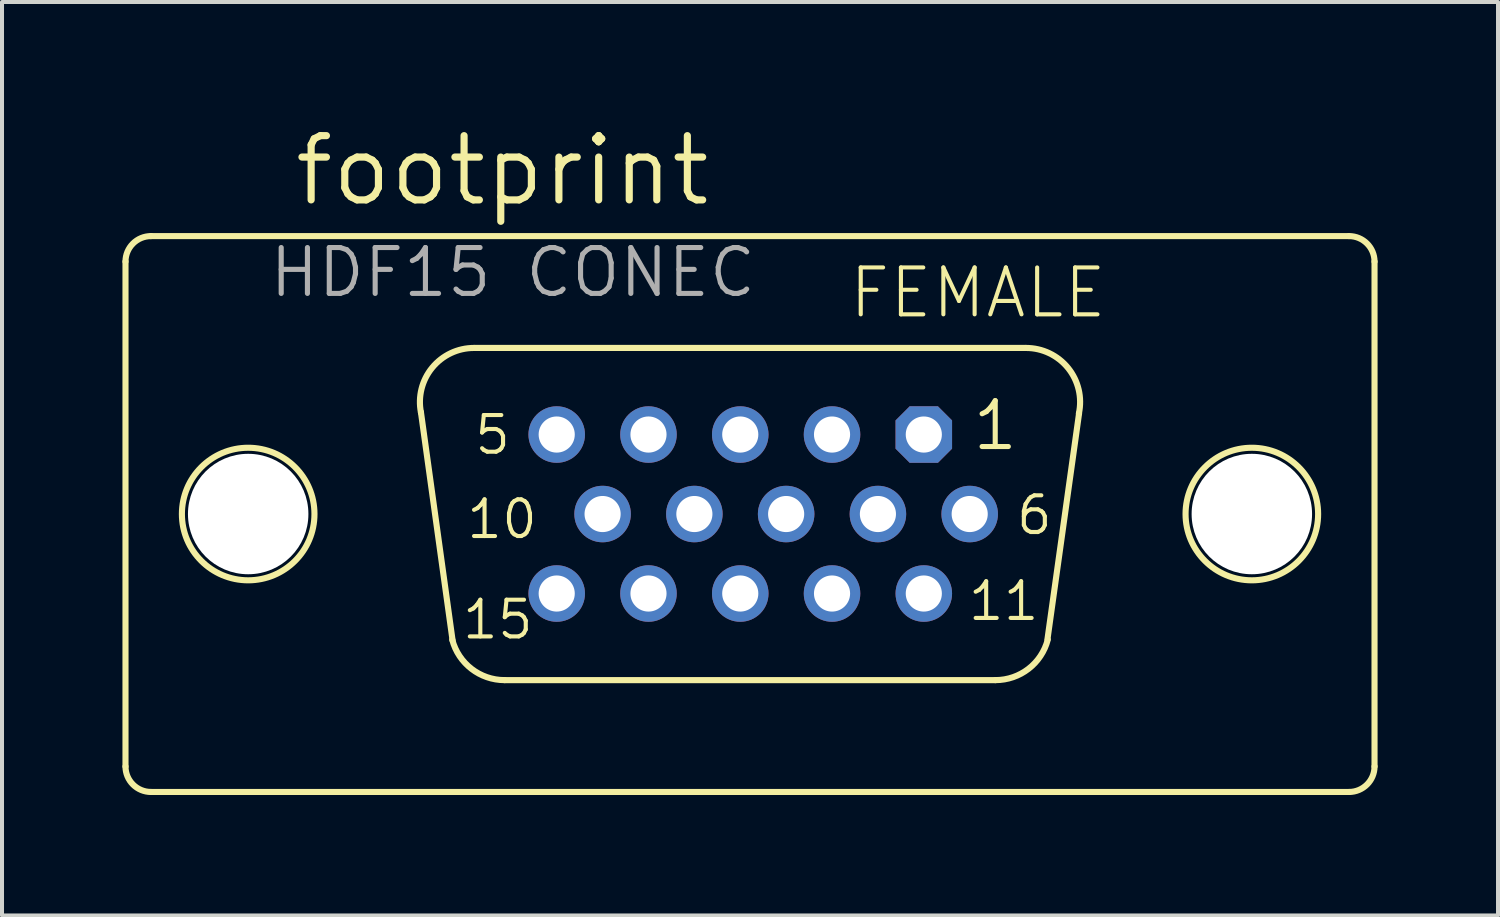
<source format=kicad_pcb>
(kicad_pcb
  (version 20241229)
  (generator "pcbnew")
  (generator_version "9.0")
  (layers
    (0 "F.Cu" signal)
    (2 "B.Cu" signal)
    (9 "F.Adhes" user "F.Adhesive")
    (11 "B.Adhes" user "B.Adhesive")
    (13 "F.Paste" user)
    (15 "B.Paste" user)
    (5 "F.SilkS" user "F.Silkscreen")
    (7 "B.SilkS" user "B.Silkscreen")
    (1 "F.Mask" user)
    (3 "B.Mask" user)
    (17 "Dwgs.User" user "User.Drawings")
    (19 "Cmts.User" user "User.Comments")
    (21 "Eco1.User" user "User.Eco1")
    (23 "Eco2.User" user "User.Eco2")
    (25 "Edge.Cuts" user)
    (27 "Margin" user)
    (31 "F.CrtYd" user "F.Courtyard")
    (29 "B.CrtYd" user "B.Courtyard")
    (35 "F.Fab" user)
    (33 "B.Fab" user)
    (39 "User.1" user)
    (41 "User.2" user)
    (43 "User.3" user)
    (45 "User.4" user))
  (footprint "footprint"
    (layer "F.Cu")
    (at 15.632 9.754)
    (property "Reference" "footprint" (at -11.43 -7.62 0) (layer "F.SilkS") (effects (font (size 1.6 1.6) (thickness 0.178)) (justify left bottom)))
    (fp_line (start -15.556 -6.288) (end -15.556 6.288) (stroke (width 0.152) (type solid)) (layer "F.SilkS"))
    (fp_line (start -14.913 6.923) (end 14.921 6.923) (stroke (width 0.152) (type solid)) (layer "F.SilkS"))
    (fp_line (start -7.409 3.146) (end -8.197 -2.537) (stroke (width 0.152) (type solid)) (layer "F.SilkS"))
    (fp_line (start -6.876 -4.137) (end 6.876 -4.137) (stroke (width 0.152) (type solid)) (layer "F.SilkS"))
    (fp_line (start -6.114 4.137) (end 6.114 4.137) (stroke (width 0.152) (type solid)) (layer "F.SilkS"))
    (fp_line (start 8.197 -2.511) (end 7.409 3.121) (stroke (width 0.152) (type solid)) (layer "F.SilkS"))
    (fp_line (start 14.913 -6.923) (end -14.921 -6.923) (stroke (width 0.152) (type solid)) (layer "F.SilkS"))
    (fp_line (start 15.556 -6.288) (end 15.556 6.288) (stroke (width 0.152) (type solid)) (layer "F.SilkS"))
    (fp_arc (start -15.556 -6.288) (mid -15.370013 -6.737013) (end -14.921 -6.923) (stroke (width 0.1524) (type solid)) (layer "F.SilkS"))
    (fp_arc (start -14.921 6.923) (mid -15.370013 6.737013) (end -15.556 6.288) (stroke (width 0.1524) (type solid)) (layer "F.SilkS"))
    (fp_arc (start -8.1961 -2.5268) (mid -7.917082 -3.644284) (end -6.876 -4.137) (stroke (width 0.1524) (type solid)) (layer "F.SilkS"))
    (fp_arc (start -6.114 4.137) (mid -6.9375 3.855745) (end -7.4169 3.1295) (stroke (width 0.1524) (type solid)) (layer "F.SilkS"))
    (fp_arc (start 6.876 -4.137) (mid 7.924557 -3.635183) (end 8.191499 -2.503798) (stroke (width 0.1524) (type solid)) (layer "F.SilkS"))
    (fp_arc (start 7.4169 3.1295) (mid 6.9375 3.855746) (end 6.114 4.137) (stroke (width 0.1524) (type solid)) (layer "F.SilkS"))
    (fp_arc (start 14.921 -6.923) (mid 15.370013 -6.737013) (end 15.556 -6.288) (stroke (width 0.1524) (type solid)) (layer "F.SilkS"))
    (fp_arc (start 15.556 6.288) (mid 15.370013 6.737013) (end 14.921 6.923) (stroke (width 0.1524) (type solid)) (layer "F.SilkS"))
    (fp_circle (center -12.5 0) (end -10.849 0) (stroke (width 0.152) (type solid)) (fill no) (layer "F.SilkS"))
    (fp_circle (center 12.5 0) (end 14.151 0) (stroke (width 0.152) (type solid)) (fill no) (layer "F.SilkS"))
    (fp_text user "6" (at 6.58 0.565 0) (layer "F.SilkS") (effects (font (size 0.914 0.914) (thickness 0.102)) (justify left bottom)))
    (fp_text user "FEMALE" (at 2.413 -4.826 0) (layer "F.SilkS") (effects (font (size 1.168 1.168) (thickness 0.102)) (justify left bottom)))
    (fp_text user "5" (at -6.915 -1.435 0) (layer "F.SilkS") (effects (font (size 0.914 0.914) (thickness 0.102)) (justify left bottom)))
    (fp_text user "10" (at -7.115 0.665 0) (layer "F.SilkS") (effects (font (size 0.914 0.914) (thickness 0.102)) (justify left bottom)))
    (fp_text user "15" (at -7.22 3.165 0) (layer "F.SilkS") (effects (font (size 0.914 0.914) (thickness 0.102)) (justify left bottom)))
    (fp_text user "1" (at 5.48 -1.535 0) (layer "F.SilkS") (effects (font (size 1.143 1.143) (thickness 0.127)) (justify left bottom)))
    (fp_text user "11" (at 5.38 2.705 0) (layer "F.SilkS") (effects (font (size 0.914 0.914) (thickness 0.102)) (justify left bottom)))
    (fp_text user "HDF15 CONEC" (at -12.033 -5.349 0) (layer "F.Fab") (effects (font (size 1.143 1.143) (thickness 0.127)) (justify left bottom)))
    (pad "" np_thru_hole circle (at -12.5 0) (size 3 3) (drill 3) (layers "*.Cu" "*.Mask"))
    (pad "" np_thru_hole circle (at 12.5 0) (size 3 3) (drill 3) (layers "*.Cu" "*.Mask"))
    (pad "1" thru_hole roundrect (at 4.329 -1.98) (size 1.408 1.408) (drill 0.9) (layers "*.Cu" "*.Mask") (roundrect_rratio 0.25) (chamfer_ratio 0.25) (chamfer top_left top_right bottom_left bottom_right))
    (pad "2" thru_hole circle (at 2.043 -1.98) (size 1.408 1.408) (drill 0.9) (layers "*.Cu" "*.Mask"))
    (pad "3" thru_hole circle (at -0.243 -1.98) (size 1.408 1.408) (drill 0.9) (layers "*.Cu" "*.Mask"))
    (pad "4" thru_hole circle (at -2.529 -1.98) (size 1.408 1.408) (drill 0.9) (layers "*.Cu" "*.Mask"))
    (pad "5" thru_hole circle (at -4.815 -1.98) (size 1.408 1.408) (drill 0.9) (layers "*.Cu" "*.Mask"))
    (pad "6" thru_hole circle (at 5.472 0) (size 1.408 1.408) (drill 0.9) (layers "*.Cu" "*.Mask"))
    (pad "7" thru_hole circle (at 3.186 0) (size 1.408 1.408) (drill 0.9) (layers "*.Cu" "*.Mask"))
    (pad "8" thru_hole circle (at 0.9 0) (size 1.408 1.408) (drill 0.9) (layers "*.Cu" "*.Mask"))
    (pad "9" thru_hole circle (at -1.386 0) (size 1.408 1.408) (drill 0.9) (layers "*.Cu" "*.Mask"))
    (pad "10" thru_hole circle (at -3.672 0) (size 1.408 1.408) (drill 0.9) (layers "*.Cu" "*.Mask"))
    (pad "11" thru_hole circle (at 4.329 1.98) (size 1.408 1.408) (drill 0.9) (layers "*.Cu" "*.Mask"))
    (pad "12" thru_hole circle (at 2.043 1.98) (size 1.408 1.408) (drill 0.9) (layers "*.Cu" "*.Mask"))
    (pad "13" thru_hole circle (at -0.243 1.98) (size 1.408 1.408) (drill 0.9) (layers "*.Cu" "*.Mask"))
    (pad "14" thru_hole circle (at -2.529 1.98) (size 1.408 1.408) (drill 0.9) (layers "*.Cu" "*.Mask"))
    (pad "15" thru_hole circle (at -4.815 1.98) (size 1.408 1.408) (drill 0.9) (layers "*.Cu" "*.Mask"))
    (zone (net_name "") (layers "F.Cu" "B.Cu") (hatch edge 0.508) (connect_pads) (min_thickness 0.254) (filled_areas_thickness no) (keepout (tracks allowed) (vias not_allowed) (pads allowed) (copperpour allowed) (footprints allowed)) (placement (enabled no)) (fill) (polygon (pts (xy 5.799 9.754) (xy 5.759 9.29) (xy 5.638 8.841) (xy 5.442 8.42) (xy 5.175 8.039) (xy 4.847 7.711) (xy 4.466 7.444) (xy 4.044 7.247) (xy 3.595 7.127) (xy 3.132 7.087) (xy 2.669 7.127) (xy 2.22 7.247) (xy 1.799 7.444) (xy 1.418 7.711) (xy 1.089 8.039) (xy 0.823 8.42) (xy 0.626 8.841) (xy 0.506 9.29) (xy 0.465 9.754) (xy 0.506 10.217) (xy 0.626 10.666) (xy 0.823 11.087) (xy 1.089 11.468) (xy 1.418 11.797) (xy 1.799 12.063) (xy 2.22 12.26) (xy 2.669 12.38) (xy 3.132 12.421) (xy 3.595 12.38) (xy 4.044 12.26) (xy 4.466 12.063) (xy 4.847 11.797) (xy 5.175 11.468) (xy 5.442 11.087) (xy 5.638 10.666) (xy 5.759 10.217))))
    (zone (net_name "") (layers "F.Cu" "B.Cu") (hatch edge 0.508) (connect_pads) (min_thickness 0.254) (filled_areas_thickness no) (keepout (tracks allowed) (vias not_allowed) (pads allowed) (copperpour allowed) (footprints allowed)) (placement (enabled no)) (fill) (polygon (pts (xy 30.799 9.754) (xy 30.759 9.29) (xy 30.638 8.841) (xy 30.442 8.42) (xy 30.175 8.039) (xy 29.847 7.711) (xy 29.466 7.444) (xy 29.044 7.247) (xy 28.595 7.127) (xy 28.132 7.087) (xy 27.669 7.127) (xy 27.22 7.247) (xy 26.799 7.444) (xy 26.418 7.711) (xy 26.089 8.039) (xy 25.823 8.42) (xy 25.626 8.841) (xy 25.506 9.29) (xy 25.465 9.754) (xy 25.506 10.217) (xy 25.626 10.666) (xy 25.823 11.087) (xy 26.089 11.468) (xy 26.418 11.797) (xy 26.799 12.063) (xy 27.22 12.26) (xy 27.669 12.38) (xy 28.132 12.421) (xy 28.595 12.38) (xy 29.044 12.26) (xy 29.466 12.063) (xy 29.847 11.797) (xy 30.175 11.468) (xy 30.442 11.087) (xy 30.638 10.666) (xy 30.759 10.217))))
    (zone (net_name "") (layer "B.Cu") (hatch edge 0.508) (connect_pads) (min_thickness 0.254) (filled_areas_thickness no) (keepout (tracks not_allowed) (vias not_allowed) (pads not_allowed) (copperpour not_allowed) (footprints allowed)) (placement (enabled no)) (fill) (polygon (pts (xy 5.799 9.754) (xy 5.759 9.29) (xy 5.638 8.841) (xy 5.442 8.42) (xy 5.175 8.039) (xy 4.847 7.711) (xy 4.466 7.444) (xy 4.044 7.247) (xy 3.595 7.127) (xy 3.132 7.087) (xy 2.669 7.127) (xy 2.22 7.247) (xy 1.799 7.444) (xy 1.418 7.711) (xy 1.089 8.039) (xy 0.823 8.42) (xy 0.626 8.841) (xy 0.506 9.29) (xy 0.465 9.754) (xy 0.506 10.217) (xy 0.626 10.666) (xy 0.823 11.087) (xy 1.089 11.468) (xy 1.418 11.797) (xy 1.799 12.063) (xy 2.22 12.26) (xy 2.669 12.38) (xy 3.132 12.421) (xy 3.595 12.38) (xy 4.044 12.26) (xy 4.466 12.063) (xy 4.847 11.797) (xy 5.175 11.468) (xy 5.442 11.087) (xy 5.638 10.666) (xy 5.759 10.217))))
    (zone (net_name "") (layer "B.Cu") (hatch edge 0.508) (connect_pads) (min_thickness 0.254) (filled_areas_thickness no) (keepout (tracks not_allowed) (vias not_allowed) (pads not_allowed) (copperpour not_allowed) (footprints allowed)) (placement (enabled no)) (fill) (polygon (pts (xy 30.799 9.754) (xy 30.759 9.29) (xy 30.638 8.841) (xy 30.442 8.42) (xy 30.175 8.039) (xy 29.847 7.711) (xy 29.466 7.444) (xy 29.044 7.247) (xy 28.595 7.127) (xy 28.132 7.087) (xy 27.669 7.127) (xy 27.22 7.247) (xy 26.799 7.444) (xy 26.418 7.711) (xy 26.089 8.039) (xy 25.823 8.42) (xy 25.626 8.841) (xy 25.506 9.29) (xy 25.465 9.754) (xy 25.506 10.217) (xy 25.626 10.666) (xy 25.823 11.087) (xy 26.089 11.468) (xy 26.418 11.797) (xy 26.799 12.063) (xy 27.22 12.26) (xy 27.669 12.38) (xy 28.132 12.421) (xy 28.595 12.38) (xy 29.044 12.26) (xy 29.466 12.063) (xy 29.847 11.797) (xy 30.175 11.468) (xy 30.442 11.087) (xy 30.638 10.666) (xy 30.759 10.217)))))
  (gr_rect
    (start -3 -3)
    (end 34.264 19.753)
    (stroke (width 0.1) (type default))
    (fill no)
    (layer "Edge.Cuts")))
</source>
